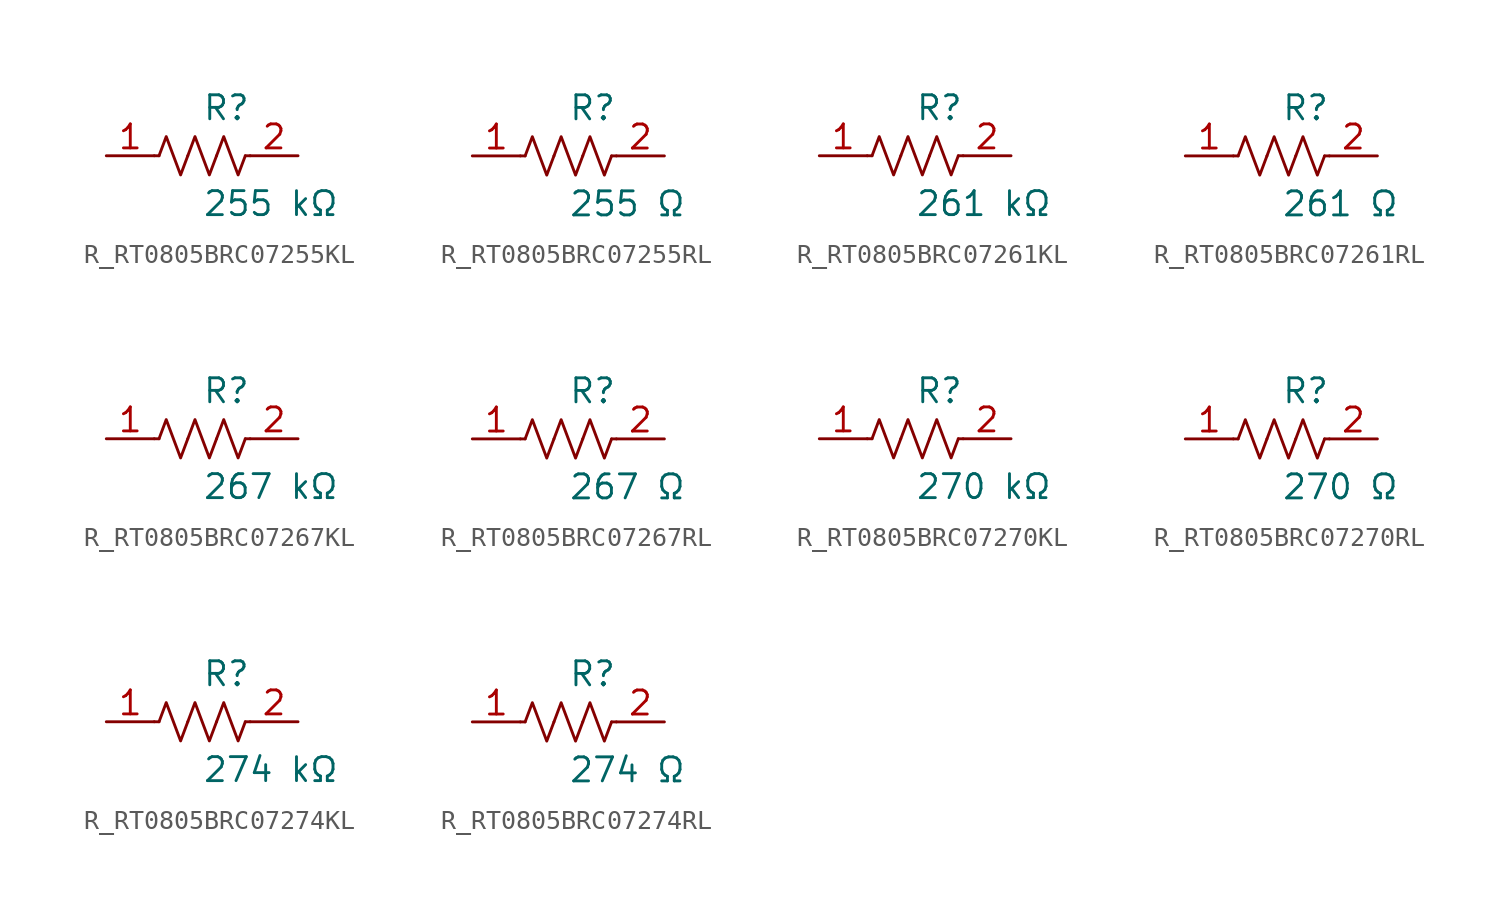
<source format=kicad_sym>
(kicad_symbol_lib
  (version 20231120)
  (generator kicad_symbol_editor)
  (generator_version 8.0)
  (symbol "R_RT0805BRC07255KL"
    (pin_names
      (offset 0.254))
    (property "Reference" "R"
      (at 0 2.54 0)
      (effects (font (size 1.27 1.27)) (justify left)))
    (property "Value" "255 kΩ"
      (at 0 -2.54 0)
      (effects (font (size 1.27 1.27)) (justify left)))
    (symbol "R_RT0805BRC07255KL_0_1"
      (polyline (pts (xy 2.286 0) (xy 2.54 0)) (stroke (width 0) (type default)) (fill (type none)))
      (polyline (pts (xy -2.286 0) (xy -2.54 0)) (stroke (width 0) (type default)) (fill (type none)))
      (polyline (pts (xy 0.762 0) (xy 1.143 1.016) (xy 1.524 0) (xy 1.905 -1.016) (xy 2.286 0)) (stroke (width 0) (type default)) (fill (type none)))
      (polyline (pts (xy -0.762 0) (xy -0.381 1.016) (xy 0 0) (xy 0.381 -1.016) (xy 0.762 0)) (stroke (width 0) (type default)) (fill (type none)))
      (polyline (pts (xy -2.286 0) (xy -1.905 1.016) (xy -1.524 0) (xy -1.143 -1.016) (xy -0.762 0)) (stroke (width 0) (type default)) (fill (type none))))
    (pin unspecified line
      (at -5.08 0 0)
      (length 2.54)
      (name "" (effects (font (size 1.27 1.27))))
      (number "1" (effects (font (size 1.27 1.27)))))
    (pin unspecified line
      (at 5.08 0 180)
      (length 2.54)
      (name "" (effects (font (size 1.27 1.27))))
      (number "2" (effects (font (size 1.27 1.27))))))
  (symbol "R_RT0805BRC07255RL"
    (pin_names
      (offset 0.254))
    (property "Reference" "R"
      (at 0 2.54 0)
      (effects (font (size 1.27 1.27)) (justify left)))
    (property "Value" "255 Ω"
      (at 0 -2.54 0)
      (effects (font (size 1.27 1.27)) (justify left)))
    (symbol "R_RT0805BRC07255RL_0_1"
      (polyline (pts (xy 2.286 0) (xy 2.54 0)) (stroke (width 0) (type default)) (fill (type none)))
      (polyline (pts (xy -2.286 0) (xy -2.54 0)) (stroke (width 0) (type default)) (fill (type none)))
      (polyline (pts (xy 0.762 0) (xy 1.143 1.016) (xy 1.524 0) (xy 1.905 -1.016) (xy 2.286 0)) (stroke (width 0) (type default)) (fill (type none)))
      (polyline (pts (xy -0.762 0) (xy -0.381 1.016) (xy 0 0) (xy 0.381 -1.016) (xy 0.762 0)) (stroke (width 0) (type default)) (fill (type none)))
      (polyline (pts (xy -2.286 0) (xy -1.905 1.016) (xy -1.524 0) (xy -1.143 -1.016) (xy -0.762 0)) (stroke (width 0) (type default)) (fill (type none))))
    (pin unspecified line
      (at -5.08 0 0)
      (length 2.54)
      (name "" (effects (font (size 1.27 1.27))))
      (number "1" (effects (font (size 1.27 1.27)))))
    (pin unspecified line
      (at 5.08 0 180)
      (length 2.54)
      (name "" (effects (font (size 1.27 1.27))))
      (number "2" (effects (font (size 1.27 1.27))))))
  (symbol "R_RT0805BRC07261KL"
    (pin_names
      (offset 0.254))
    (property "Reference" "R"
      (at 0 2.54 0)
      (effects (font (size 1.27 1.27)) (justify left)))
    (property "Value" "261 kΩ"
      (at 0 -2.54 0)
      (effects (font (size 1.27 1.27)) (justify left)))
    (symbol "R_RT0805BRC07261KL_0_1"
      (polyline (pts (xy 2.286 0) (xy 2.54 0)) (stroke (width 0) (type default)) (fill (type none)))
      (polyline (pts (xy -2.286 0) (xy -2.54 0)) (stroke (width 0) (type default)) (fill (type none)))
      (polyline (pts (xy 0.762 0) (xy 1.143 1.016) (xy 1.524 0) (xy 1.905 -1.016) (xy 2.286 0)) (stroke (width 0) (type default)) (fill (type none)))
      (polyline (pts (xy -0.762 0) (xy -0.381 1.016) (xy 0 0) (xy 0.381 -1.016) (xy 0.762 0)) (stroke (width 0) (type default)) (fill (type none)))
      (polyline (pts (xy -2.286 0) (xy -1.905 1.016) (xy -1.524 0) (xy -1.143 -1.016) (xy -0.762 0)) (stroke (width 0) (type default)) (fill (type none))))
    (pin unspecified line
      (at -5.08 0 0)
      (length 2.54)
      (name "" (effects (font (size 1.27 1.27))))
      (number "1" (effects (font (size 1.27 1.27)))))
    (pin unspecified line
      (at 5.08 0 180)
      (length 2.54)
      (name "" (effects (font (size 1.27 1.27))))
      (number "2" (effects (font (size 1.27 1.27))))))
  (symbol "R_RT0805BRC07261RL"
    (pin_names
      (offset 0.254))
    (property "Reference" "R"
      (at 0 2.54 0)
      (effects (font (size 1.27 1.27)) (justify left)))
    (property "Value" "261 Ω"
      (at 0 -2.54 0)
      (effects (font (size 1.27 1.27)) (justify left)))
    (symbol "R_RT0805BRC07261RL_0_1"
      (polyline (pts (xy 2.286 0) (xy 2.54 0)) (stroke (width 0) (type default)) (fill (type none)))
      (polyline (pts (xy -2.286 0) (xy -2.54 0)) (stroke (width 0) (type default)) (fill (type none)))
      (polyline (pts (xy 0.762 0) (xy 1.143 1.016) (xy 1.524 0) (xy 1.905 -1.016) (xy 2.286 0)) (stroke (width 0) (type default)) (fill (type none)))
      (polyline (pts (xy -0.762 0) (xy -0.381 1.016) (xy 0 0) (xy 0.381 -1.016) (xy 0.762 0)) (stroke (width 0) (type default)) (fill (type none)))
      (polyline (pts (xy -2.286 0) (xy -1.905 1.016) (xy -1.524 0) (xy -1.143 -1.016) (xy -0.762 0)) (stroke (width 0) (type default)) (fill (type none))))
    (pin unspecified line
      (at -5.08 0 0)
      (length 2.54)
      (name "" (effects (font (size 1.27 1.27))))
      (number "1" (effects (font (size 1.27 1.27)))))
    (pin unspecified line
      (at 5.08 0 180)
      (length 2.54)
      (name "" (effects (font (size 1.27 1.27))))
      (number "2" (effects (font (size 1.27 1.27))))))
  (symbol "R_RT0805BRC07267KL"
    (pin_names
      (offset 0.254))
    (property "Reference" "R"
      (at 0 2.54 0)
      (effects (font (size 1.27 1.27)) (justify left)))
    (property "Value" "267 kΩ"
      (at 0 -2.54 0)
      (effects (font (size 1.27 1.27)) (justify left)))
    (symbol "R_RT0805BRC07267KL_0_1"
      (polyline (pts (xy 2.286 0) (xy 2.54 0)) (stroke (width 0) (type default)) (fill (type none)))
      (polyline (pts (xy -2.286 0) (xy -2.54 0)) (stroke (width 0) (type default)) (fill (type none)))
      (polyline (pts (xy 0.762 0) (xy 1.143 1.016) (xy 1.524 0) (xy 1.905 -1.016) (xy 2.286 0)) (stroke (width 0) (type default)) (fill (type none)))
      (polyline (pts (xy -0.762 0) (xy -0.381 1.016) (xy 0 0) (xy 0.381 -1.016) (xy 0.762 0)) (stroke (width 0) (type default)) (fill (type none)))
      (polyline (pts (xy -2.286 0) (xy -1.905 1.016) (xy -1.524 0) (xy -1.143 -1.016) (xy -0.762 0)) (stroke (width 0) (type default)) (fill (type none))))
    (pin unspecified line
      (at -5.08 0 0)
      (length 2.54)
      (name "" (effects (font (size 1.27 1.27))))
      (number "1" (effects (font (size 1.27 1.27)))))
    (pin unspecified line
      (at 5.08 0 180)
      (length 2.54)
      (name "" (effects (font (size 1.27 1.27))))
      (number "2" (effects (font (size 1.27 1.27))))))
  (symbol "R_RT0805BRC07267RL"
    (pin_names
      (offset 0.254))
    (property "Reference" "R"
      (at 0 2.54 0)
      (effects (font (size 1.27 1.27)) (justify left)))
    (property "Value" "267 Ω"
      (at 0 -2.54 0)
      (effects (font (size 1.27 1.27)) (justify left)))
    (symbol "R_RT0805BRC07267RL_0_1"
      (polyline (pts (xy 2.286 0) (xy 2.54 0)) (stroke (width 0) (type default)) (fill (type none)))
      (polyline (pts (xy -2.286 0) (xy -2.54 0)) (stroke (width 0) (type default)) (fill (type none)))
      (polyline (pts (xy 0.762 0) (xy 1.143 1.016) (xy 1.524 0) (xy 1.905 -1.016) (xy 2.286 0)) (stroke (width 0) (type default)) (fill (type none)))
      (polyline (pts (xy -0.762 0) (xy -0.381 1.016) (xy 0 0) (xy 0.381 -1.016) (xy 0.762 0)) (stroke (width 0) (type default)) (fill (type none)))
      (polyline (pts (xy -2.286 0) (xy -1.905 1.016) (xy -1.524 0) (xy -1.143 -1.016) (xy -0.762 0)) (stroke (width 0) (type default)) (fill (type none))))
    (pin unspecified line
      (at -5.08 0 0)
      (length 2.54)
      (name "" (effects (font (size 1.27 1.27))))
      (number "1" (effects (font (size 1.27 1.27)))))
    (pin unspecified line
      (at 5.08 0 180)
      (length 2.54)
      (name "" (effects (font (size 1.27 1.27))))
      (number "2" (effects (font (size 1.27 1.27))))))
  (symbol "R_RT0805BRC07270KL"
    (pin_names
      (offset 0.254))
    (property "Reference" "R"
      (at 0 2.54 0)
      (effects (font (size 1.27 1.27)) (justify left)))
    (property "Value" "270 kΩ"
      (at 0 -2.54 0)
      (effects (font (size 1.27 1.27)) (justify left)))
    (symbol "R_RT0805BRC07270KL_0_1"
      (polyline (pts (xy 2.286 0) (xy 2.54 0)) (stroke (width 0) (type default)) (fill (type none)))
      (polyline (pts (xy -2.286 0) (xy -2.54 0)) (stroke (width 0) (type default)) (fill (type none)))
      (polyline (pts (xy 0.762 0) (xy 1.143 1.016) (xy 1.524 0) (xy 1.905 -1.016) (xy 2.286 0)) (stroke (width 0) (type default)) (fill (type none)))
      (polyline (pts (xy -0.762 0) (xy -0.381 1.016) (xy 0 0) (xy 0.381 -1.016) (xy 0.762 0)) (stroke (width 0) (type default)) (fill (type none)))
      (polyline (pts (xy -2.286 0) (xy -1.905 1.016) (xy -1.524 0) (xy -1.143 -1.016) (xy -0.762 0)) (stroke (width 0) (type default)) (fill (type none))))
    (pin unspecified line
      (at -5.08 0 0)
      (length 2.54)
      (name "" (effects (font (size 1.27 1.27))))
      (number "1" (effects (font (size 1.27 1.27)))))
    (pin unspecified line
      (at 5.08 0 180)
      (length 2.54)
      (name "" (effects (font (size 1.27 1.27))))
      (number "2" (effects (font (size 1.27 1.27))))))
  (symbol "R_RT0805BRC07270RL"
    (pin_names
      (offset 0.254))
    (property "Reference" "R"
      (at 0 2.54 0)
      (effects (font (size 1.27 1.27)) (justify left)))
    (property "Value" "270 Ω"
      (at 0 -2.54 0)
      (effects (font (size 1.27 1.27)) (justify left)))
    (symbol "R_RT0805BRC07270RL_0_1"
      (polyline (pts (xy 2.286 0) (xy 2.54 0)) (stroke (width 0) (type default)) (fill (type none)))
      (polyline (pts (xy -2.286 0) (xy -2.54 0)) (stroke (width 0) (type default)) (fill (type none)))
      (polyline (pts (xy 0.762 0) (xy 1.143 1.016) (xy 1.524 0) (xy 1.905 -1.016) (xy 2.286 0)) (stroke (width 0) (type default)) (fill (type none)))
      (polyline (pts (xy -0.762 0) (xy -0.381 1.016) (xy 0 0) (xy 0.381 -1.016) (xy 0.762 0)) (stroke (width 0) (type default)) (fill (type none)))
      (polyline (pts (xy -2.286 0) (xy -1.905 1.016) (xy -1.524 0) (xy -1.143 -1.016) (xy -0.762 0)) (stroke (width 0) (type default)) (fill (type none))))
    (pin unspecified line
      (at -5.08 0 0)
      (length 2.54)
      (name "" (effects (font (size 1.27 1.27))))
      (number "1" (effects (font (size 1.27 1.27)))))
    (pin unspecified line
      (at 5.08 0 180)
      (length 2.54)
      (name "" (effects (font (size 1.27 1.27))))
      (number "2" (effects (font (size 1.27 1.27))))))
  (symbol "R_RT0805BRC07274KL"
    (pin_names
      (offset 0.254))
    (property "Reference" "R"
      (at 0 2.54 0)
      (effects (font (size 1.27 1.27)) (justify left)))
    (property "Value" "274 kΩ"
      (at 0 -2.54 0)
      (effects (font (size 1.27 1.27)) (justify left)))
    (symbol "R_RT0805BRC07274KL_0_1"
      (polyline (pts (xy 2.286 0) (xy 2.54 0)) (stroke (width 0) (type default)) (fill (type none)))
      (polyline (pts (xy -2.286 0) (xy -2.54 0)) (stroke (width 0) (type default)) (fill (type none)))
      (polyline (pts (xy 0.762 0) (xy 1.143 1.016) (xy 1.524 0) (xy 1.905 -1.016) (xy 2.286 0)) (stroke (width 0) (type default)) (fill (type none)))
      (polyline (pts (xy -0.762 0) (xy -0.381 1.016) (xy 0 0) (xy 0.381 -1.016) (xy 0.762 0)) (stroke (width 0) (type default)) (fill (type none)))
      (polyline (pts (xy -2.286 0) (xy -1.905 1.016) (xy -1.524 0) (xy -1.143 -1.016) (xy -0.762 0)) (stroke (width 0) (type default)) (fill (type none))))
    (pin unspecified line
      (at -5.08 0 0)
      (length 2.54)
      (name "" (effects (font (size 1.27 1.27))))
      (number "1" (effects (font (size 1.27 1.27)))))
    (pin unspecified line
      (at 5.08 0 180)
      (length 2.54)
      (name "" (effects (font (size 1.27 1.27))))
      (number "2" (effects (font (size 1.27 1.27))))))
  (symbol "R_RT0805BRC07274RL"
    (pin_names
      (offset 0.254))
    (property "Reference" "R"
      (at 0 2.54 0)
      (effects (font (size 1.27 1.27)) (justify left)))
    (property "Value" "274 Ω"
      (at 0 -2.54 0)
      (effects (font (size 1.27 1.27)) (justify left)))
    (symbol "R_RT0805BRC07274RL_0_1"
      (polyline (pts (xy 2.286 0) (xy 2.54 0)) (stroke (width 0) (type default)) (fill (type none)))
      (polyline (pts (xy -2.286 0) (xy -2.54 0)) (stroke (width 0) (type default)) (fill (type none)))
      (polyline (pts (xy 0.762 0) (xy 1.143 1.016) (xy 1.524 0) (xy 1.905 -1.016) (xy 2.286 0)) (stroke (width 0) (type default)) (fill (type none)))
      (polyline (pts (xy -0.762 0) (xy -0.381 1.016) (xy 0 0) (xy 0.381 -1.016) (xy 0.762 0)) (stroke (width 0) (type default)) (fill (type none)))
      (polyline (pts (xy -2.286 0) (xy -1.905 1.016) (xy -1.524 0) (xy -1.143 -1.016) (xy -0.762 0)) (stroke (width 0) (type default)) (fill (type none))))
    (pin unspecified line
      (at -5.08 0 0)
      (length 2.54)
      (name "" (effects (font (size 1.27 1.27))))
      (number "1" (effects (font (size 1.27 1.27)))))
    (pin unspecified line
      (at 5.08 0 180)
      (length 2.54)
      (name "" (effects (font (size 1.27 1.27))))
      (number "2" (effects (font (size 1.27 1.27)))))))
</source>
